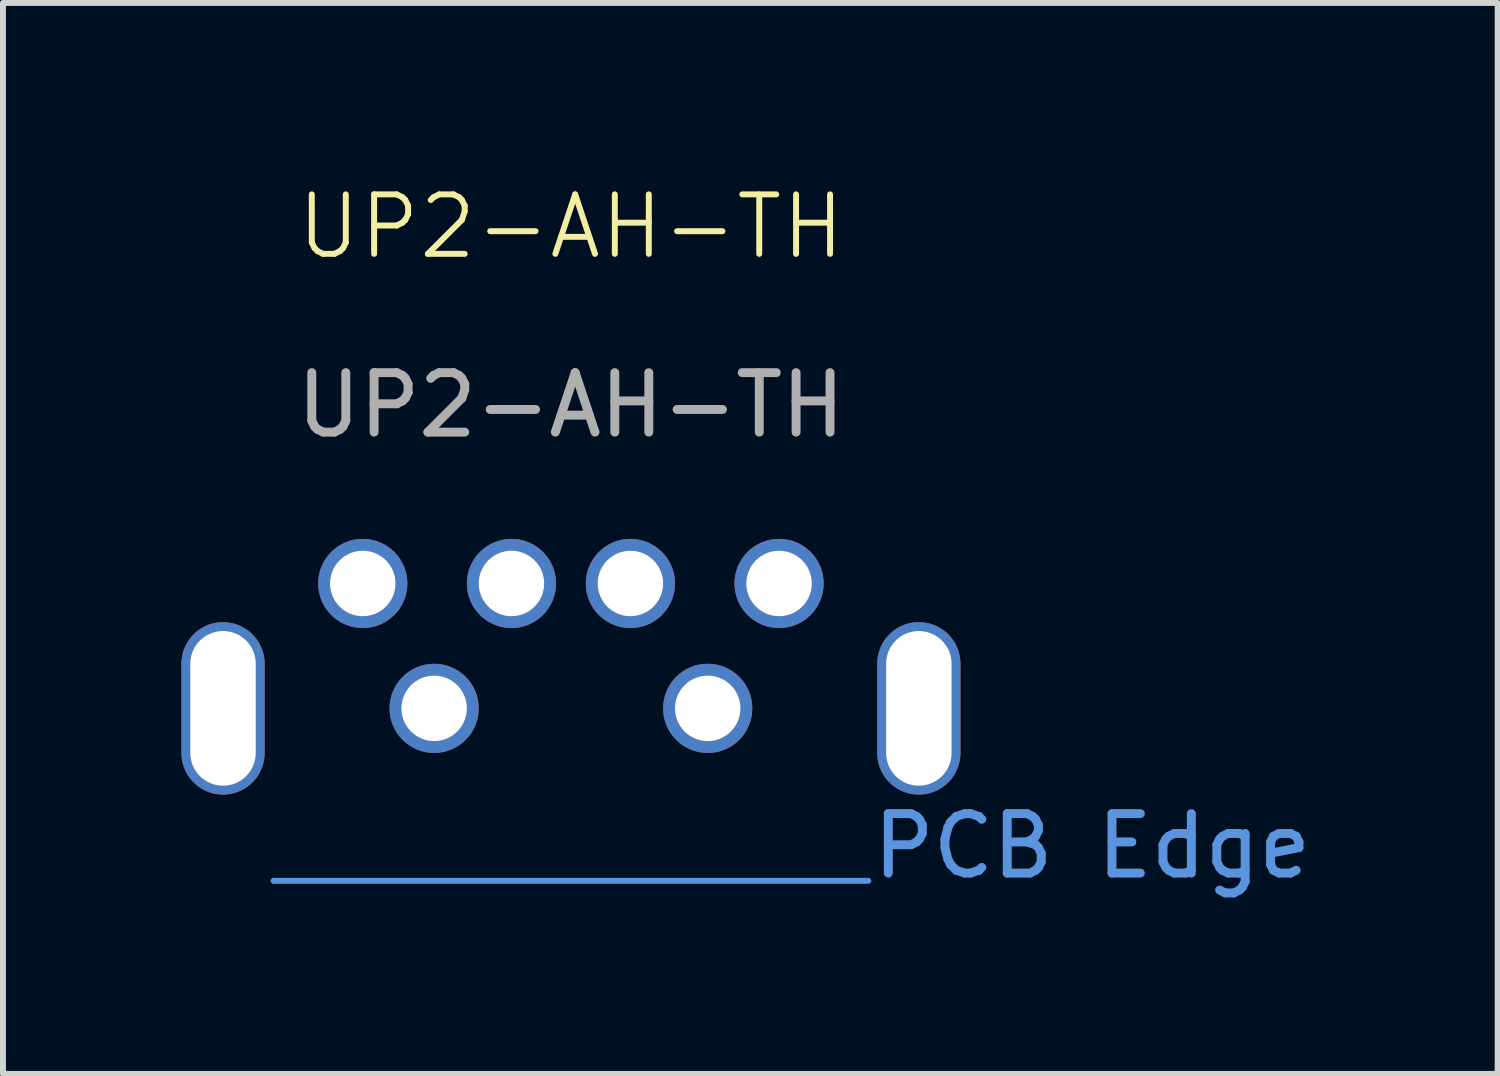
<source format=kicad_pcb>
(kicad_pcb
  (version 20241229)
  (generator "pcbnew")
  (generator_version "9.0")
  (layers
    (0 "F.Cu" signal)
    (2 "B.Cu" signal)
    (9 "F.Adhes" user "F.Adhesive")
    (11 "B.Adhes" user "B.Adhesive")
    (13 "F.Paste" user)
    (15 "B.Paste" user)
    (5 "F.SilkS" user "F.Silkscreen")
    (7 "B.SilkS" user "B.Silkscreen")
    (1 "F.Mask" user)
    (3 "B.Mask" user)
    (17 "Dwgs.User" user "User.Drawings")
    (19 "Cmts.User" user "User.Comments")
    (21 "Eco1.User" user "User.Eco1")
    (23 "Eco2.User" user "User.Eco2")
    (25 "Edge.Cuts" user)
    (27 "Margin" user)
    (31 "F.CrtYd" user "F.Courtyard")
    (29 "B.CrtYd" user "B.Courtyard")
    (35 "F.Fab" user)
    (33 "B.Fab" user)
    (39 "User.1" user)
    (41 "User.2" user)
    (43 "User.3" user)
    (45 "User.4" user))
  (footprint "UP2-AH-TH"
    (layer "F.Cu")
    (at 6.55 6.761)
    (property "Reference" "UP2-AH-TH" (at 0 -6 0) (unlocked yes) (layer "F.SilkS") (effects (font (size 1 1) (thickness 0.1))))
    (attr through_hole)
    (fp_line (start -5 5) (end 5 5) (stroke (width 0.1) (type default)) (layer "Cmts.User"))
    (fp_text user "PCB Edge" (at 5 5 0) (unlocked yes) (layer "Cmts.User") (effects (font (size 1 1) (thickness 0.15)) (justify left bottom)))
    (fp_text user "${REFERENCE}" (at 0 -3 0) (unlocked yes) (layer "F.Fab") (effects (font (size 1 1) (thickness 0.15))))
    (pad "1" thru_hole circle (at -3.5 0) (size 1.5 1.5) (drill 1.1) (layers "*.Cu" "*.Mask"))
    (pad "2" thru_hole circle (at -1 0) (size 1.5 1.5) (drill 1.1) (layers "*.Cu" "*.Mask"))
    (pad "3" thru_hole circle (at 1 0) (size 1.5 1.5) (drill 1.1) (layers "*.Cu" "*.Mask"))
    (pad "4" thru_hole circle (at 3.5 0) (size 1.5 1.5) (drill 1.1) (layers "*.Cu" "*.Mask"))
    (pad "5" thru_hole oval (at -5.85 2.1) (size 1.4 2.9) (drill oval 1.1 2.6) (layers "*.Cu" "*.Mask"))
    (pad "5" thru_hole circle (at -2.3 2.1) (size 1.5 1.5) (drill 1.1) (layers "*.Cu" "*.Mask"))
    (pad "5" thru_hole circle (at 2.3 2.1) (size 1.5 1.5) (drill 1.1) (layers "*.Cu" "*.Mask"))
    (pad "5" thru_hole oval (at 5.85 2.1) (size 1.4 2.9) (drill oval 1.1 2.6) (layers "*.Cu" "*.Mask")))
  (gr_rect
    (start -3 -3)
    (end 22.133 15.007)
    (stroke (width 0.1) (type default))
    (fill no)
    (layer "Edge.Cuts")))
</source>
